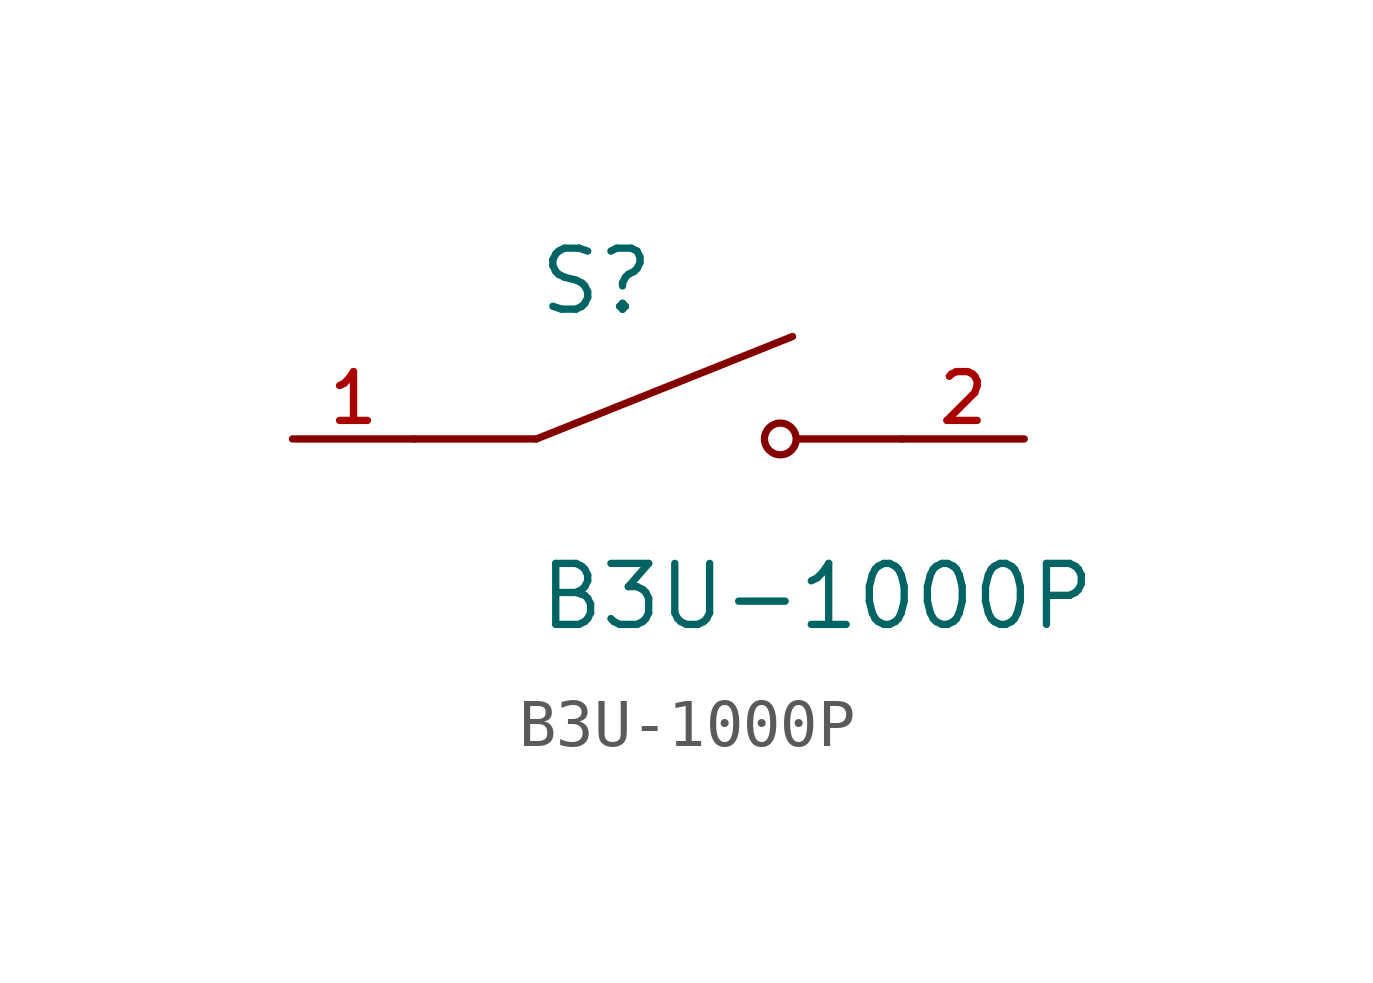
<source format=kicad_sym>
(kicad_symbol_lib
  (version 20211014)
  (generator kicad_symbol_editor)
  (symbol "B3U-1000P"
    (pin_names
      (offset 1.016))
    (property "Reference" "S"
      (at -2.54 2.54 0)
      (effects (font (size 1.27 1.27)) (justify bottom left)))
    (property "Value" "B3U-1000P"
      (at -2.54 -2.54 0)
      (effects (font (size 1.27 1.27)) (justify top left)))
    (symbol "B3U-1000P_0_0"
      (polyline (pts (xy -2.54 0.0) (xy 2.794 2.134)) (stroke (width 0.152)))
      (circle (center 2.54 0.0) (radius 0.33) (stroke (width 0.152)) (fill (type none)))
      (polyline (pts (xy 5.08 0.0) (xy 2.921 0.0)) (stroke (width 0.152)))
      (polyline (pts (xy -2.54 0.0) (xy -5.08 0.0)) (stroke (width 0.152)))
      (pin passive line (at -7.62 0.0 0) (length 2.54) (name "~" (effects (font (size 1.016 1.016)))) (number "1" (effects (font (size 1.016 1.016)))))
      (pin passive line (at 7.62 0.0 180.0) (length 2.54) (name "~" (effects (font (size 1.016 1.016)))) (number "2" (effects (font (size 1.016 1.016))))))))
</source>
